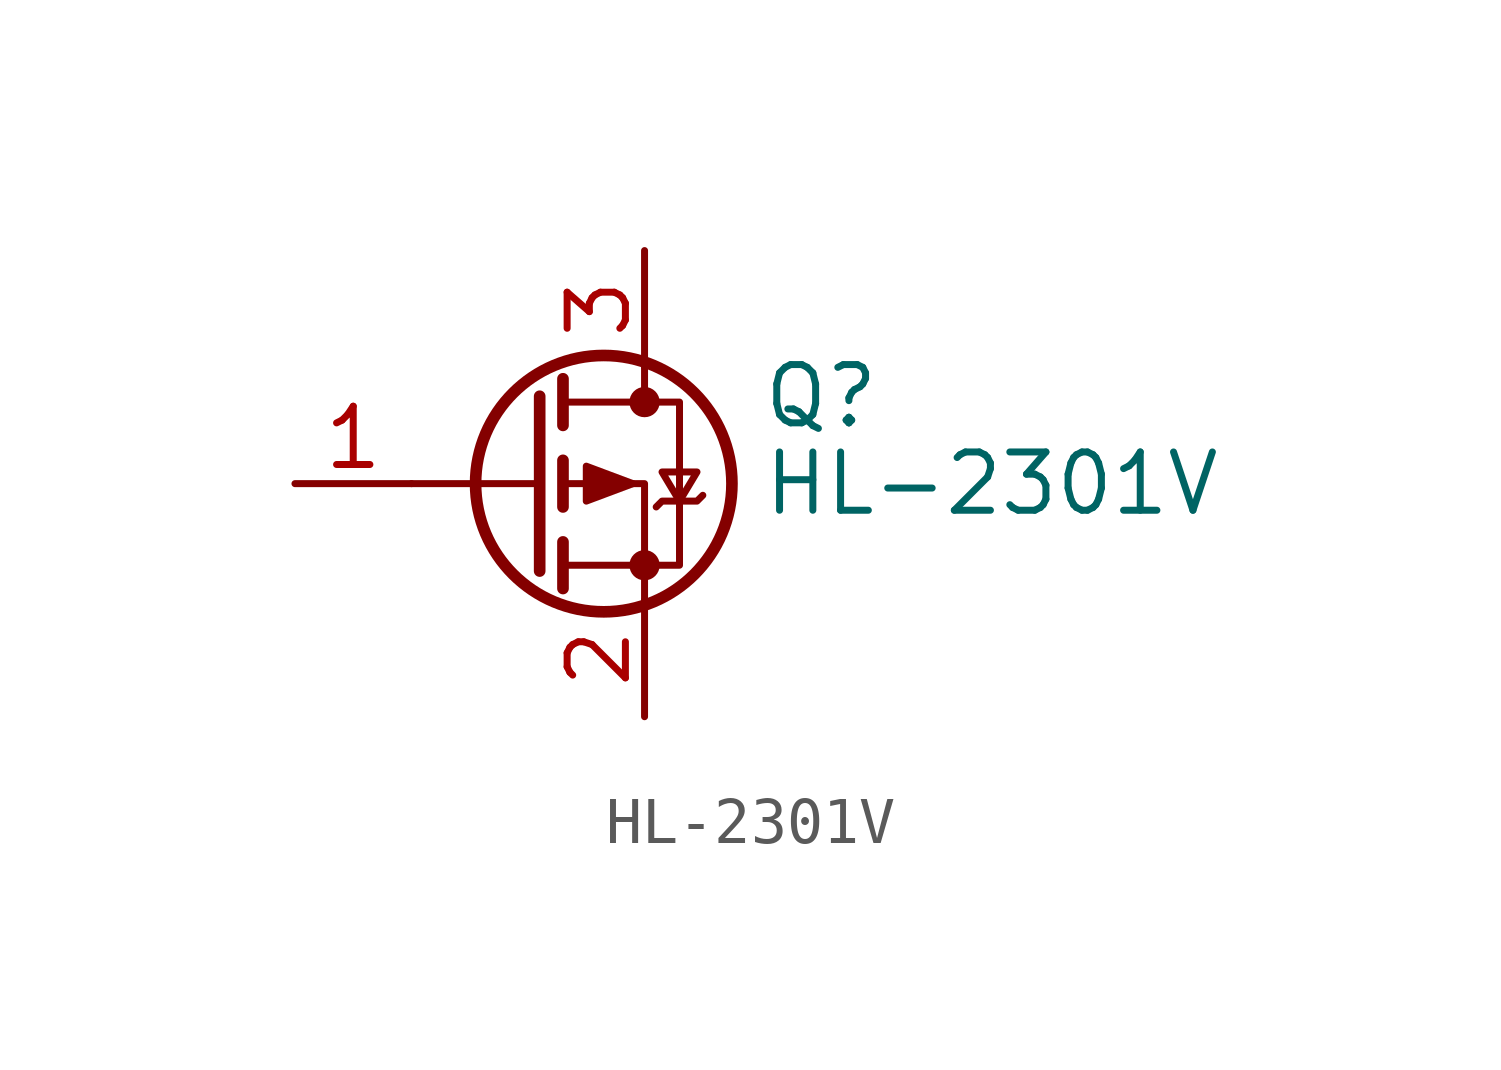
<source format=kicad_sym>
(kicad_symbol_lib
  (version 20231120)
  (generator "kicad_symbol_editor")
  (generator_version "8.0")
  (symbol "HL-2301V"
    (pin_names hide)
    (property "Reference" "Q"
      (at 5.08 1.905 0)
      (effects (font (size 1.27 1.27)) (justify left)))
    (property "Value" "HL-2301V"
      (at 5.08 0 0)
      (effects (font (size 1.27 1.27)) (justify left)))
    (symbol "HL-2301V_0_1"
      (polyline (pts (xy 0.254 0) (xy -2.54 0)) (stroke (width 0) (type default)) (fill (type none)))
      (polyline (pts (xy 0.254 1.905) (xy 0.254 -1.905)) (stroke (width 0.254) (type default)) (fill (type none)))
      (polyline (pts (xy 0.762 -1.27) (xy 0.762 -2.286)) (stroke (width 0.254) (type default)) (fill (type none)))
      (polyline (pts (xy 0.762 0.508) (xy 0.762 -0.508)) (stroke (width 0.254) (type default)) (fill (type none)))
      (polyline (pts (xy 0.762 2.286) (xy 0.762 1.27)) (stroke (width 0.254) (type default)) (fill (type none)))
      (polyline (pts (xy 2.54 2.54) (xy 2.54 1.778)) (stroke (width 0) (type default)) (fill (type none)))
      (polyline (pts (xy 2.54 -2.54) (xy 2.54 0) (xy 0.762 0)) (stroke (width 0) (type default)) (fill (type none)))
      (polyline (pts (xy 0.762 1.778) (xy 3.302 1.778) (xy 3.302 -1.778) (xy 0.762 -1.778)) (stroke (width 0) (type default)) (fill (type none)))
      (polyline (pts (xy 2.286 0) (xy 1.27 0.381) (xy 1.27 -0.381) (xy 2.286 0)) (stroke (width 0) (type default)) (fill (type outline)))
      (polyline (pts (xy 2.794 -0.508) (xy 2.921 -0.381) (xy 3.683 -0.381) (xy 3.81 -0.254)) (stroke (width 0) (type default)) (fill (type none)))
      (polyline (pts (xy 3.302 -0.381) (xy 2.921 0.254) (xy 3.683 0.254) (xy 3.302 -0.381)) (stroke (width 0) (type default)) (fill (type none)))
      (circle (center 1.651 0) (radius 2.794) (stroke (width 0.254) (type default)) (fill (type none)))
      (circle (center 2.54 -1.778) (radius 0.254) (stroke (width 0) (type default)) (fill (type outline)))
      (circle (center 2.54 1.778) (radius 0.254) (stroke (width 0) (type default)) (fill (type outline))))
    (symbol "HL-2301V_1_1"
      (pin input line (at -5.08 0 0) (length 2.54) (name "G" (effects (font (size 1.27 1.27)))) (number "1" (effects (font (size 1.27 1.27)))))
      (pin passive line (at 2.54 -5.08 90) (length 2.54) (name "S" (effects (font (size 1.27 1.27)))) (number "2" (effects (font (size 1.27 1.27)))))
      (pin passive line (at 2.54 5.08 270) (length 2.54) (name "D" (effects (font (size 1.27 1.27)))) (number "3" (effects (font (size 1.27 1.27))))))))
</source>
